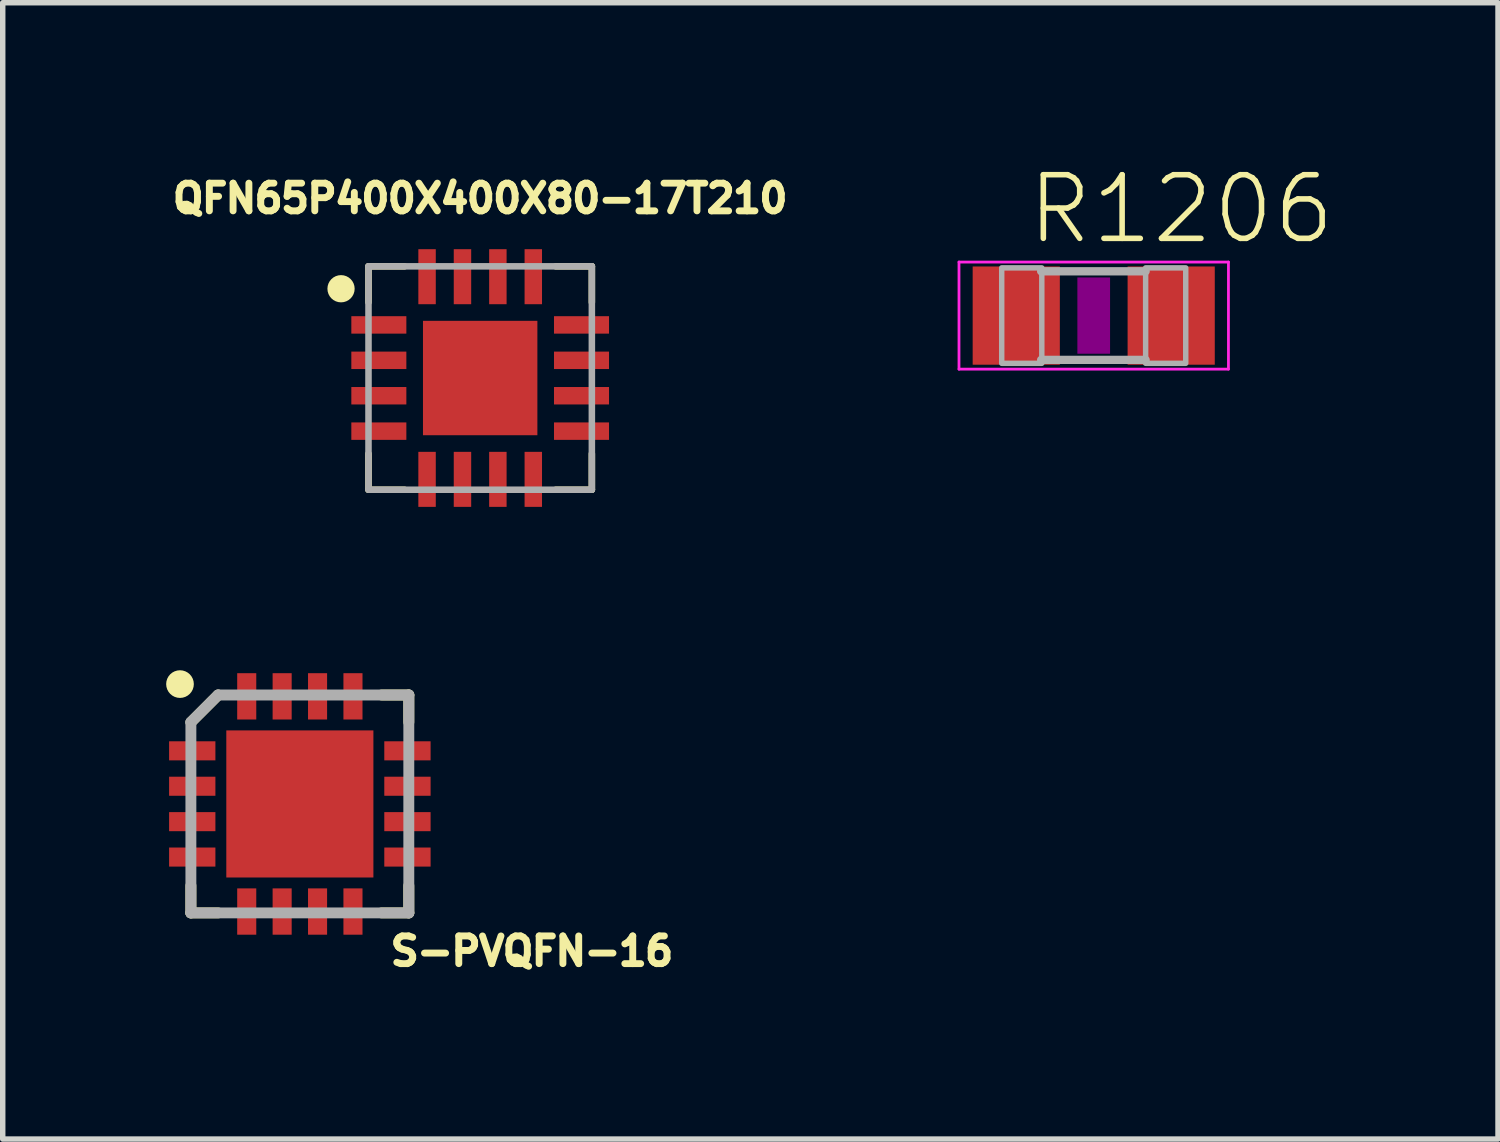
<source format=kicad_pcb>
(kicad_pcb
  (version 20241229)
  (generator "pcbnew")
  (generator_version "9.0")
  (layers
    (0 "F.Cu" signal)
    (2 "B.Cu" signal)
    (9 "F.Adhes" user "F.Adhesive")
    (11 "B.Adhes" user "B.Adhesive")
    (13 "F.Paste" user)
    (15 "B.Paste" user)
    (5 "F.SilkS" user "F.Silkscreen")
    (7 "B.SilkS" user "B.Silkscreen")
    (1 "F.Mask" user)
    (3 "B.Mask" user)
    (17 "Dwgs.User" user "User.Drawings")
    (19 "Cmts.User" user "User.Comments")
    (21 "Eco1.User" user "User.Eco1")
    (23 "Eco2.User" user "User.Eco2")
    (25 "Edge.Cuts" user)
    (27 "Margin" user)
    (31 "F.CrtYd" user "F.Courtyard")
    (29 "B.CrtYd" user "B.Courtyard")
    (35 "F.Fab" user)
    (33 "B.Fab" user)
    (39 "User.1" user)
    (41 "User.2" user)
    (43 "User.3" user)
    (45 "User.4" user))
  (footprint "QFN65P400X400X80-17T210"
    (layer "F.Cu")
    (at 5.764 3.889)
    (property "Reference" "QFN65P400X400X80-17T210" (at 0 -3 0) (layer "F.SilkS") (effects (font (size 0.508 0.508) (thickness 0.127)) (justify bottom)))
    (fp_line (start -2.05 -2.05) (end -1.389 -2.05) (stroke (width 0.12) (type solid)) (layer "F.SilkS"))
    (fp_line (start -2.05 -1.389) (end -2.05 -2.05) (stroke (width 0.12) (type solid)) (layer "F.SilkS"))
    (fp_line (start -2.05 1.389) (end -2.05 2.05) (stroke (width 0.12) (type solid)) (layer "F.SilkS"))
    (fp_line (start -2.05 2.05) (end -1.389 2.05) (stroke (width 0.12) (type solid)) (layer "F.SilkS"))
    (fp_line (start 2.05 -2.05) (end 1.389 -2.05) (stroke (width 0.12) (type solid)) (layer "F.SilkS"))
    (fp_line (start 2.05 -1.389) (end 2.05 -2.05) (stroke (width 0.12) (type solid)) (layer "F.SilkS"))
    (fp_line (start 2.05 1.389) (end 2.05 2.05) (stroke (width 0.12) (type solid)) (layer "F.SilkS"))
    (fp_line (start 2.05 2.05) (end 1.389 2.05) (stroke (width 0.12) (type solid)) (layer "F.SilkS"))
    (fp_circle (center -2.554 -1.639) (end -2.429 -1.639) (stroke (width 0.25) (type solid)) (fill yes) (layer "F.SilkS"))
    (fp_poly (pts (xy -0.9 -0.2) (xy -0.2 -0.2) (xy -0.2 -0.9) (xy -0.9 -0.9)) (stroke (width 0) (type solid)) (fill yes) (layer "F.Paste"))
    (fp_poly (pts (xy -0.9 0.9) (xy -0.2 0.9) (xy -0.2 0.2) (xy -0.9 0.2)) (stroke (width 0) (type solid)) (fill yes) (layer "F.Paste"))
    (fp_poly (pts (xy 0.2 -0.2) (xy 0.9 -0.2) (xy 0.9 -0.9) (xy 0.2 -0.9)) (stroke (width 0) (type solid)) (fill yes) (layer "F.Paste"))
    (fp_poly (pts (xy 0.2 0.9) (xy 0.9 0.9) (xy 0.9 0.2) (xy 0.2 0.2)) (stroke (width 0) (type solid)) (fill yes) (layer "F.Paste"))
    (fp_line (start -2.05 -2.05) (end 2.05 -2.05) (stroke (width 0.12) (type solid)) (layer "F.Fab"))
    (fp_line (start -2.05 2.05) (end -2.05 -2.05) (stroke (width 0.12) (type solid)) (layer "F.Fab"))
    (fp_line (start 2.05 -2.05) (end 2.05 2.05) (stroke (width 0.12) (type solid)) (layer "F.Fab"))
    (fp_line (start 2.05 2.05) (end -2.05 2.05) (stroke (width 0.12) (type solid)) (layer "F.Fab"))
    (pad "1" smd rect (at -1.86 -0.975) (size 1.01 0.32) (layers "F.Cu" "F.Mask" "F.Paste"))
    (pad "2" smd rect (at -1.86 -0.325) (size 1.01 0.32) (layers "F.Cu" "F.Mask" "F.Paste"))
    (pad "3" smd rect (at -1.86 0.325) (size 1.01 0.32) (layers "F.Cu" "F.Mask" "F.Paste"))
    (pad "4" smd rect (at -1.86 0.975) (size 1.01 0.32) (layers "F.Cu" "F.Mask" "F.Paste"))
    (pad "5" smd rect (at -0.975 1.86 90) (size 1.01 0.32) (layers "F.Cu" "F.Mask" "F.Paste"))
    (pad "6" smd rect (at -0.325 1.86 90) (size 1.01 0.32) (layers "F.Cu" "F.Mask" "F.Paste"))
    (pad "7" smd rect (at 0.325 1.86 90) (size 1.01 0.32) (layers "F.Cu" "F.Mask" "F.Paste"))
    (pad "8" smd rect (at 0.975 1.86 90) (size 1.01 0.32) (layers "F.Cu" "F.Mask" "F.Paste"))
    (pad "9" smd rect (at 1.86 0.975) (size 1.01 0.32) (layers "F.Cu" "F.Mask" "F.Paste"))
    (pad "10" smd rect (at 1.86 0.325) (size 1.01 0.32) (layers "F.Cu" "F.Mask" "F.Paste"))
    (pad "11" smd rect (at 1.86 -0.325) (size 1.01 0.32) (layers "F.Cu" "F.Mask" "F.Paste"))
    (pad "12" smd rect (at 1.86 -0.975) (size 1.01 0.32) (layers "F.Cu" "F.Mask" "F.Paste"))
    (pad "13" smd rect (at 0.975 -1.86 90) (size 1.01 0.32) (layers "F.Cu" "F.Mask" "F.Paste"))
    (pad "14" smd rect (at 0.325 -1.86 90) (size 1.01 0.32) (layers "F.Cu" "F.Mask" "F.Paste"))
    (pad "15" smd rect (at -0.325 -1.86 90) (size 1.01 0.32) (layers "F.Cu" "F.Mask" "F.Paste"))
    (pad "16" smd rect (at -0.975 -1.86 90) (size 1.01 0.32) (layers "F.Cu" "F.Mask" "F.Paste"))
    (pad "EPAD" smd rect (at 0 0) (size 2.1 2.1) (layers "F.Cu" "F.Mask")))
  (footprint "S-PVQFN-16"
    (layer "F.Cu")
    (at 2.454 11.707)
    (property "Reference" "S-PVQFN-16" (at 1.6 3 0) (layer "F.SilkS") (effects (font (size 0.508 0.508) (thickness 0.127)) (justify left bottom)))
    (fp_line (start -2 1.5) (end -2 2) (stroke (width 0.2) (type solid)) (layer "F.SilkS"))
    (fp_line (start -2 2) (end -1.5 2) (stroke (width 0.2) (type solid)) (layer "F.SilkS"))
    (fp_line (start -1.5 -2) (end -2 -1.5) (stroke (width 0.2) (type solid)) (layer "F.SilkS"))
    (fp_line (start 1.5 2) (end 2 2) (stroke (width 0.2) (type solid)) (layer "F.SilkS"))
    (fp_line (start 2 -2) (end 1.5 -2) (stroke (width 0.2) (type solid)) (layer "F.SilkS"))
    (fp_line (start 2 -1.5) (end 2 -2) (stroke (width 0.2) (type solid)) (layer "F.SilkS"))
    (fp_line (start 2 2) (end 2 1.5) (stroke (width 0.2) (type solid)) (layer "F.SilkS"))
    (fp_circle (center -2.2 -2.2) (end -2.073 -2.2) (stroke (width 0.254) (type solid)) (fill no) (layer "F.SilkS"))
    (fp_poly (pts (xy -0.137 -0.137) (xy -1.264 -0.137) (xy -1.264 -0.726) (xy -0.726 -1.264) (xy -0.137 -1.264)) (stroke (width 0) (type solid)) (fill yes) (layer "F.Paste"))
    (fp_poly (pts (xy -0.137 1.264) (xy -0.726 1.264) (xy -1.264 0.726) (xy -1.264 0.137) (xy -0.137 0.137)) (stroke (width 0) (type solid)) (fill yes) (layer "F.Paste"))
    (fp_poly (pts (xy 1.264 -0.726) (xy 1.264 -0.137) (xy 0.137 -0.137) (xy 0.137 -1.264) (xy 0.726 -1.264)) (stroke (width 0) (type solid)) (fill yes) (layer "F.Paste"))
    (fp_poly (pts (xy 1.264 0.726) (xy 0.726 1.264) (xy 0.137 1.264) (xy 0.137 0.137) (xy 1.264 0.137)) (stroke (width 0) (type solid)) (fill yes) (layer "F.Paste"))
    (fp_line (start -2 2) (end -2 -1.5) (stroke (width 0.2) (type solid)) (layer "F.Fab"))
    (fp_line (start -1.5 -2) (end -2 -1.5) (stroke (width 0.2) (type solid)) (layer "F.Fab"))
    (fp_line (start -1.5 -2) (end 2 -2) (stroke (width 0.2) (type solid)) (layer "F.Fab"))
    (fp_line (start 2 -2) (end 2 2) (stroke (width 0.2) (type solid)) (layer "F.Fab"))
    (fp_line (start 2 2) (end -2 2) (stroke (width 0.2) (type solid)) (layer "F.Fab"))
    (pad "1" smd rect (at -1.975 -0.975 270) (size 0.35 0.85) (layers "F.Cu" "F.Mask" "F.Paste"))
    (pad "2" smd rect (at -1.975 -0.325 270) (size 0.35 0.85) (layers "F.Cu" "F.Mask" "F.Paste"))
    (pad "3" smd rect (at -1.975 0.325 270) (size 0.35 0.85) (layers "F.Cu" "F.Mask" "F.Paste"))
    (pad "4" smd rect (at -1.975 0.975 270) (size 0.35 0.85) (layers "F.Cu" "F.Mask" "F.Paste"))
    (pad "5" smd rect (at -0.975 1.975) (size 0.35 0.85) (layers "F.Cu" "F.Mask" "F.Paste"))
    (pad "6" smd rect (at -0.325 1.975) (size 0.35 0.85) (layers "F.Cu" "F.Mask" "F.Paste"))
    (pad "7" smd rect (at 0.325 1.975) (size 0.35 0.85) (layers "F.Cu" "F.Mask" "F.Paste"))
    (pad "8" smd rect (at 0.975 1.975) (size 0.35 0.85) (layers "F.Cu" "F.Mask" "F.Paste"))
    (pad "9" smd rect (at 1.975 0.975 90) (size 0.35 0.85) (layers "F.Cu" "F.Mask" "F.Paste"))
    (pad "10" smd rect (at 1.975 0.325 90) (size 0.35 0.85) (layers "F.Cu" "F.Mask" "F.Paste"))
    (pad "11" smd rect (at 1.975 -0.325 90) (size 0.35 0.85) (layers "F.Cu" "F.Mask" "F.Paste"))
    (pad "12" smd rect (at 1.975 -0.975 90) (size 0.35 0.85) (layers "F.Cu" "F.Mask" "F.Paste"))
    (pad "13" smd rect (at 0.975 -1.975 180) (size 0.35 0.85) (layers "F.Cu" "F.Mask" "F.Paste"))
    (pad "14" smd rect (at 0.325 -1.975 180) (size 0.35 0.85) (layers "F.Cu" "F.Mask" "F.Paste"))
    (pad "15" smd rect (at -0.325 -1.975 180) (size 0.35 0.85) (layers "F.Cu" "F.Mask" "F.Paste"))
    (pad "16" smd rect (at -0.975 -1.975 180) (size 0.35 0.85) (layers "F.Cu" "F.Mask" "F.Paste"))
    (pad "PAD" smd rect (at 0 0) (size 2.7 2.7) (layers "F.Cu" "F.Mask"))
    (zone (net_name "") (layer "F.Cu") (hatch edge 0.508) (connect_pads) (min_thickness 0.254) (filled_areas_thickness no) (keepout (tracks not_allowed) (vias not_allowed) (pads not_allowed) (copperpour not_allowed) (footprints allowed)) (placement (enabled no)) (fill) (polygon (pts (xy 0.454 10.207) (xy 0.954 10.207) (xy 0.954 9.707) (xy 0.454 9.707)))))
  (footprint "R1206"
    (layer "F.Cu")
    (at 17.026 2.743)
    (property "Reference" "R1206" (at -1.27 -1.27 0) (layer "F.SilkS") (effects (font (size 1.168 1.168) (thickness 0.102)) (justify left bottom)))
    (fp_poly (pts (xy -0.3 0.7) (xy 0.3 0.7) (xy 0.3 -0.7) (xy -0.3 -0.7)) (stroke (width 0) (type solid)) (fill yes) (layer "F.Adhes"))
    (fp_line (start -2.473 -0.983) (end 2.473 -0.983) (stroke (width 0.051) (type solid)) (layer "F.CrtYd"))
    (fp_line (start -2.473 0.983) (end -2.473 -0.983) (stroke (width 0.051) (type solid)) (layer "F.CrtYd"))
    (fp_line (start 2.473 -0.983) (end 2.473 0.983) (stroke (width 0.051) (type solid)) (layer "F.CrtYd"))
    (fp_line (start 2.473 0.983) (end -2.473 0.983) (stroke (width 0.051) (type solid)) (layer "F.CrtYd"))
    (fp_line (start 0.953 -0.813) (end -0.965 -0.813) (stroke (width 0.152) (type solid)) (layer "F.Fab"))
    (fp_line (start 0.953 0.813) (end -0.965 0.813) (stroke (width 0.152) (type solid)) (layer "F.Fab"))
    (fp_poly (pts (xy -1.689 0.876) (xy -0.953 0.876) (xy -0.953 -0.876) (xy -1.689 -0.876)) (stroke (width 0.1) (type solid)) (fill no) (layer "F.Fab"))
    (fp_poly (pts (xy 0.953 0.876) (xy 1.689 0.876) (xy 1.689 -0.876) (xy 0.953 -0.876)) (stroke (width 0.1) (type solid)) (fill no) (layer "F.Fab"))
    (pad "1" smd rect (at -1.422 0) (size 1.6 1.803) (layers "F.Cu" "F.Mask" "F.Paste"))
    (pad "2" smd rect (at 1.422 0) (size 1.6 1.803) (layers "F.Cu" "F.Mask" "F.Paste")))
  (gr_rect
    (start -3 -3)
    (end 24.447 17.858)
    (stroke (width 0.1) (type default))
    (fill no)
    (layer "Edge.Cuts")))
</source>
